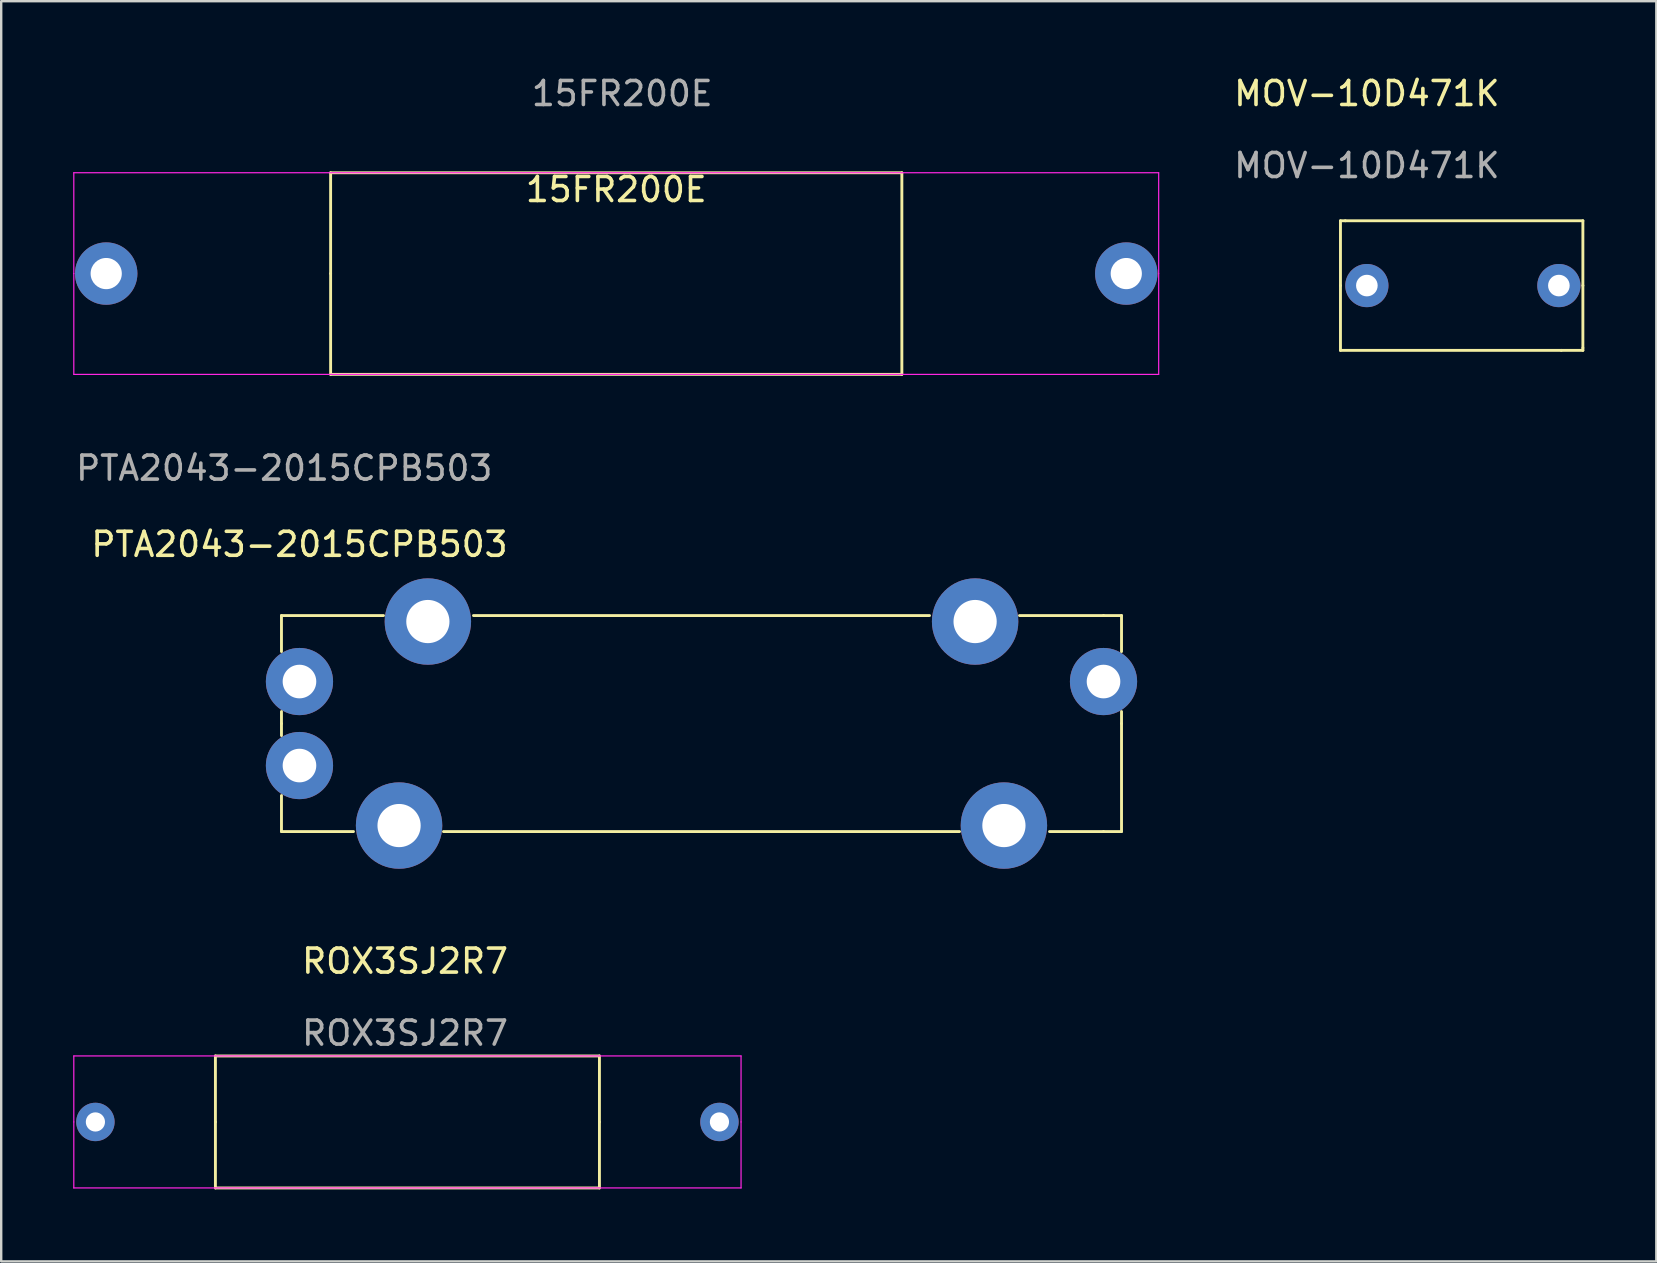
<source format=kicad_pcb>
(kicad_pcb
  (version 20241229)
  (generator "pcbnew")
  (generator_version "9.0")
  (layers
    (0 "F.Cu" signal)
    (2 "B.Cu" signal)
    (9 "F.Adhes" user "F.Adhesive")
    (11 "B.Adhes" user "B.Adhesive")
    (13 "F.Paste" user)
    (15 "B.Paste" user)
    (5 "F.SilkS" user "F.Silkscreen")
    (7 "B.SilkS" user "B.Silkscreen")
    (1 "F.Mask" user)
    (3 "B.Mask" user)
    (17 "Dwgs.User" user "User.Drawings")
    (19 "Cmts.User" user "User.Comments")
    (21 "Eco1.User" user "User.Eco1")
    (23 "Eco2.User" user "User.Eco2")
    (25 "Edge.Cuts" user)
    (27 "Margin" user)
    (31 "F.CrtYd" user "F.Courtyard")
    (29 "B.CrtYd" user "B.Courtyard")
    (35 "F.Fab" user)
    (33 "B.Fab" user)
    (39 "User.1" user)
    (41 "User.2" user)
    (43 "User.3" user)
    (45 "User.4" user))
  (footprint "15FR200E"
    (layer "F.Cu")
    (at 22.625 8.348)
    (property "Reference" "15FR200E" (at 0 -3.5 0) (unlocked yes) (layer "F.SilkS") (effects (font (size 1 1) (thickness 0.15))))
    (attr through_hole)
    (fp_line (start -11.9 -4.2) (end 11.9 -4.2) (stroke (width 0.12) (type solid)) (layer "F.SilkS"))
    (fp_line (start -11.9 0) (end -11.9 -4.2) (stroke (width 0.12) (type solid)) (layer "F.SilkS"))
    (fp_line (start -11.9 4.2) (end -11.9 0) (stroke (width 0.12) (type solid)) (layer "F.SilkS"))
    (fp_line (start 11.9 -4.2) (end 11.9 4.2) (stroke (width 0.12) (type solid)) (layer "F.SilkS"))
    (fp_line (start 11.9 4.2) (end -11.9 4.2) (stroke (width 0.12) (type solid)) (layer "F.SilkS"))
    (fp_line (start -22.6 0) (end -22.6 -4.2) (stroke (width 0.05) (type solid)) (layer "F.CrtYd"))
    (fp_line (start -22.6 0) (end -22.6 4.2) (stroke (width 0.05) (type solid)) (layer "F.CrtYd"))
    (fp_line (start -22.6 4.2) (end 22.6 4.2) (stroke (width 0.05) (type solid)) (layer "F.CrtYd"))
    (fp_line (start 22.6 -4.2) (end -22.6 -4.2) (stroke (width 0.05) (type solid)) (layer "F.CrtYd"))
    (fp_line (start 22.6 0) (end 22.6 -4.2) (stroke (width 0.05) (type solid)) (layer "F.CrtYd"))
    (fp_line (start 22.6 0) (end 22.6 4.2) (stroke (width 0.05) (type solid)) (layer "F.CrtYd"))
    (fp_text user "${REFERENCE}" (at 0.25 -7.5 0) (unlocked yes) (layer "F.Fab") (effects (font (size 1 1) (thickness 0.15))))
    (pad "1" thru_hole circle (at -21.25 0) (size 2.6 2.6) (drill 1.3) (layers "*.Cu" "*.Mask"))
    (pad "2" thru_hole circle (at 21.25 0) (size 2.6 2.6) (drill 1.3) (layers "*.Cu" "*.Mask")))
  (footprint "PTA2043-2015CPB503"
    (layer "F.Cu")
    (at 9.427 25.346)
    (property "Reference" "PTA2043-2015CPB503" (at 0 -5.715 0) (unlocked yes) (layer "F.SilkS") (effects (font (size 1 1) (thickness 0.15))))
    (attr through_hole)
    (fp_line (start -0.75 -2.75) (end 3.5 -2.75) (stroke (width 0.12) (type solid)) (layer "F.SilkS"))
    (fp_line (start -0.75 -1.25) (end -0.75 -2.75) (stroke (width 0.12) (type solid)) (layer "F.SilkS"))
    (fp_line (start -0.75 1.75) (end -0.75 1.25) (stroke (width 0.12) (type solid)) (layer "F.SilkS"))
    (fp_line (start -0.75 1.75) (end -0.75 2.25) (stroke (width 0.12) (type solid)) (layer "F.SilkS"))
    (fp_line (start -0.75 4.75) (end -0.75 6.25) (stroke (width 0.12) (type solid)) (layer "F.SilkS"))
    (fp_line (start 2.25 6.25) (end -0.75 6.25) (stroke (width 0.12) (type solid)) (layer "F.SilkS"))
    (fp_line (start 7.25 -2.75) (end 26.25 -2.75) (stroke (width 0.12) (type solid)) (layer "F.SilkS"))
    (fp_line (start 27.5 6.25) (end 6 6.25) (stroke (width 0.12) (type solid)) (layer "F.SilkS"))
    (fp_line (start 30 -2.75) (end 33.5 -2.75) (stroke (width 0.12) (type solid)) (layer "F.SilkS"))
    (fp_line (start 33.5 6.25) (end 31.25 6.25) (stroke (width 0.12) (type solid)) (layer "F.SilkS"))
    (fp_line (start 34.25 -2.75) (end 33.5 -2.75) (stroke (width 0.12) (type solid)) (layer "F.SilkS"))
    (fp_line (start 34.25 -1.25) (end 34.25 -2.75) (stroke (width 0.12) (type solid)) (layer "F.SilkS"))
    (fp_line (start 34.25 1.75) (end 34.25 1.25) (stroke (width 0.12) (type solid)) (layer "F.SilkS"))
    (fp_line (start 34.25 1.75) (end 34.25 6.25) (stroke (width 0.12) (type solid)) (layer "F.SilkS"))
    (fp_line (start 34.25 6.25) (end 33.5 6.25) (stroke (width 0.12) (type solid)) (layer "F.SilkS"))
    (fp_text user "${REFERENCE}" (at -0.635 -8.89 0) (unlocked yes) (layer "F.Fab") (effects (font (size 1 1) (thickness 0.15))))
    (pad "" thru_hole circle (at 4.15 6) (size 3.6 3.6) (drill 1.8) (layers "*.Cu" "*.Mask"))
    (pad "" thru_hole circle (at 5.35 -2.5) (size 3.6 3.6) (drill 1.8) (layers "*.Cu" "*.Mask"))
    (pad "" thru_hole circle (at 28.15 -2.5) (size 3.6 3.6) (drill 1.8) (layers "*.Cu" "*.Mask"))
    (pad "" thru_hole circle (at 29.35 6) (size 3.6 3.6) (drill 1.8) (layers "*.Cu" "*.Mask"))
    (pad "1" thru_hole circle (at 0 0) (size 2.8 2.8) (drill 1.4) (layers "*.Cu" "*.Mask"))
    (pad "2" thru_hole circle (at 0 3.5) (size 2.8 2.8) (drill 1.4) (layers "*.Cu" "*.Mask"))
    (pad "3" thru_hole circle (at 33.5 0) (size 2.8 2.8) (drill 1.4) (layers "*.Cu" "*.Mask")))
  (footprint "ROX3SJ2R7"
    (layer "F.Cu")
    (at 13.925 43.695)
    (property "Reference" "ROX3SJ2R7" (at -0.1 -6.7 0) (unlocked yes) (layer "F.SilkS") (effects (font (size 1 1) (thickness 0.15))))
    (attr through_hole)
    (fp_line (start -8 0) (end -8 -2.75) (stroke (width 0.12) (type solid)) (layer "F.SilkS"))
    (fp_line (start -8 2.75) (end -8 0) (stroke (width 0.12) (type solid)) (layer "F.SilkS"))
    (fp_line (start -8 2.75) (end 8 2.75) (stroke (width 0.12) (type solid)) (layer "F.SilkS"))
    (fp_line (start 8 -2.75) (end -8 -2.75) (stroke (width 0.12) (type solid)) (layer "F.SilkS"))
    (fp_line (start 8 0) (end 8 -2.75) (stroke (width 0.12) (type solid)) (layer "F.SilkS"))
    (fp_line (start 8 2.75) (end 8 0) (stroke (width 0.12) (type solid)) (layer "F.SilkS"))
    (fp_line (start -13.9 0) (end -13.9 -2.75) (stroke (width 0.05) (type solid)) (layer "F.CrtYd"))
    (fp_line (start -13.9 2.75) (end -13.9 0) (stroke (width 0.05) (type solid)) (layer "F.CrtYd"))
    (fp_line (start 13.9 -2.75) (end -13.9 -2.75) (stroke (width 0.05) (type solid)) (layer "F.CrtYd"))
    (fp_line (start 13.9 0) (end 13.9 -2.75) (stroke (width 0.05) (type solid)) (layer "F.CrtYd"))
    (fp_line (start 13.9 2.75) (end -13.9 2.75) (stroke (width 0.05) (type solid)) (layer "F.CrtYd"))
    (fp_line (start 13.9 2.75) (end 13.9 0) (stroke (width 0.05) (type solid)) (layer "F.CrtYd"))
    (fp_text user "${REFERENCE}" (at -0.1 -3.7 0) (unlocked yes) (layer "F.Fab") (effects (font (size 1 1) (thickness 0.15))))
    (pad "1" thru_hole circle (at -13 0) (size 1.6 1.6) (drill 0.8) (layers "*.Cu" "*.Mask"))
    (pad "2" thru_hole circle (at 13 0) (size 1.6 1.6) (drill 0.8) (layers "*.Cu" "*.Mask")))
  (footprint "MOV-10D471K"
    (layer "F.Cu")
    (at 53.899 8.848)
    (property "Reference" "MOV-10D471K" (at 0 -8 0) (unlocked yes) (layer "F.SilkS") (effects (font (size 1 1) (thickness 0.15))))
    (attr through_hole)
    (fp_line (start -1.1 -2.7) (end -1.1 0) (stroke (width 0.12) (type solid)) (layer "F.SilkS"))
    (fp_line (start -1.1 0) (end -1.1 2.7) (stroke (width 0.12) (type solid)) (layer "F.SilkS"))
    (fp_line (start -1.1 2.7) (end 8.1 2.7) (stroke (width 0.12) (type solid)) (layer "F.SilkS"))
    (fp_line (start -0.9 -2.7) (end -1.1 -2.7) (stroke (width 0.12) (type solid)) (layer "F.SilkS"))
    (fp_line (start 8.1 2.7) (end 9 2.7) (stroke (width 0.12) (type solid)) (layer "F.SilkS"))
    (fp_line (start 9 -2.7) (end -0.9 -2.7) (stroke (width 0.12) (type solid)) (layer "F.SilkS"))
    (fp_line (start 9 0) (end 9 -2.7) (stroke (width 0.12) (type solid)) (layer "F.SilkS"))
    (fp_line (start 9 0) (end 9 2.6) (stroke (width 0.12) (type solid)) (layer "F.SilkS"))
    (fp_line (start 9 2.7) (end 9 2.6) (stroke (width 0.12) (type solid)) (layer "F.SilkS"))
    (fp_text user "${REFERENCE}" (at 0 -5 0) (unlocked yes) (layer "F.Fab") (effects (font (size 1 1) (thickness 0.15))))
    (pad "1" thru_hole circle (at 0 0) (size 1.8 1.8) (drill 0.9) (layers "*.Cu" "*.Mask"))
    (pad "2" thru_hole circle (at 8 0) (size 1.8 1.8) (drill 0.9) (layers "*.Cu" "*.Mask")))
  (gr_rect
    (start -3 -3)
    (end 65.959 49.505)
    (stroke (width 0.1) (type default))
    (fill no)
    (layer "Edge.Cuts")))
</source>
